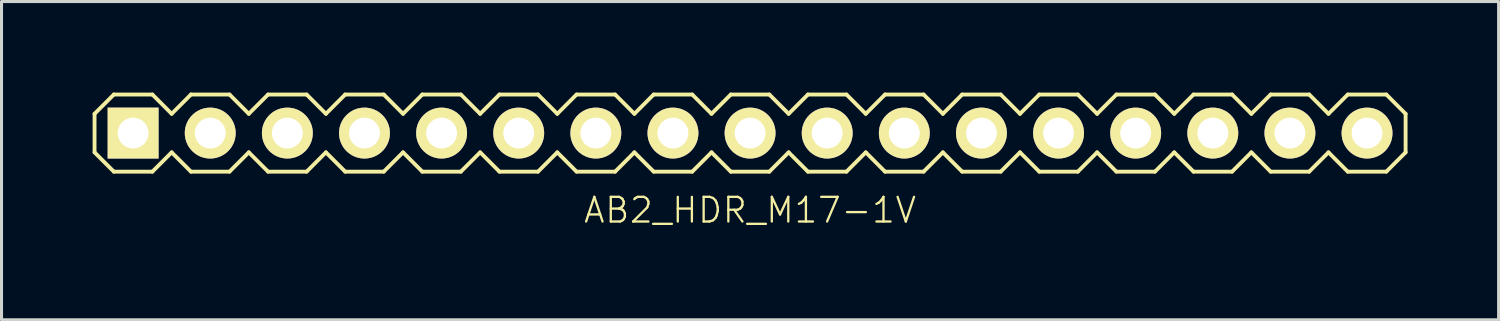
<source format=kicad_pcb>
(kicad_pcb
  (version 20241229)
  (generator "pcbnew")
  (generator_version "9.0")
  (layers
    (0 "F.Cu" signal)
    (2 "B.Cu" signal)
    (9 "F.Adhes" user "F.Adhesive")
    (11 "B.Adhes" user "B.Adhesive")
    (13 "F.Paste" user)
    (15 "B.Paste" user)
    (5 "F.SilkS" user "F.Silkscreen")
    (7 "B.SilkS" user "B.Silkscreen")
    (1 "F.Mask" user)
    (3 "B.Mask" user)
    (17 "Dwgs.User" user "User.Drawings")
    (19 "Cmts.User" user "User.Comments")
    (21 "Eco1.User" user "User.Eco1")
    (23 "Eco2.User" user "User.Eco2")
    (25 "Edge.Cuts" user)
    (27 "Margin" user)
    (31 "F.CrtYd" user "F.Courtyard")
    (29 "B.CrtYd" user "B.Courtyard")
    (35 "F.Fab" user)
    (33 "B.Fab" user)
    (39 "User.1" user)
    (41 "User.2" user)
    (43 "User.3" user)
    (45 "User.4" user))
  (footprint "AB2_HDR_M17-1V"
    (layer "F.Cu")
    (at 21.654 1.333)
    (property "Reference" "AB2_HDR_M17-1V" (at 0 2.54 0) (layer "F.SilkS") (effects (font (size 0.813 0.813) (thickness 0.076))))
    (attr through_hole)
    (fp_line (start -21.59 -0.635) (end -20.955 -1.27) (stroke (width 0.127) (type solid)) (layer "F.SilkS"))
    (fp_line (start -21.59 0.635) (end -21.59 -0.635) (stroke (width 0.127) (type solid)) (layer "F.SilkS"))
    (fp_line (start -20.955 -1.27) (end -19.685 -1.27) (stroke (width 0.127) (type solid)) (layer "F.SilkS"))
    (fp_line (start -20.955 1.27) (end -21.59 0.635) (stroke (width 0.127) (type solid)) (layer "F.SilkS"))
    (fp_line (start -19.685 -1.27) (end -19.05 -0.635) (stroke (width 0.127) (type solid)) (layer "F.SilkS"))
    (fp_line (start -19.685 1.27) (end -20.955 1.27) (stroke (width 0.127) (type solid)) (layer "F.SilkS"))
    (fp_line (start -19.05 -0.635) (end -18.415 -1.27) (stroke (width 0.127) (type solid)) (layer "F.SilkS"))
    (fp_line (start -19.05 0.635) (end -19.685 1.27) (stroke (width 0.127) (type solid)) (layer "F.SilkS"))
    (fp_line (start -18.415 -1.27) (end -17.145 -1.27) (stroke (width 0.127) (type solid)) (layer "F.SilkS"))
    (fp_line (start -18.415 1.27) (end -19.05 0.635) (stroke (width 0.127) (type solid)) (layer "F.SilkS"))
    (fp_line (start -17.145 -1.27) (end -16.51 -0.635) (stroke (width 0.127) (type solid)) (layer "F.SilkS"))
    (fp_line (start -17.145 1.27) (end -18.415 1.27) (stroke (width 0.127) (type solid)) (layer "F.SilkS"))
    (fp_line (start -16.51 -0.635) (end -15.875 -1.27) (stroke (width 0.127) (type solid)) (layer "F.SilkS"))
    (fp_line (start -16.51 0.635) (end -17.145 1.27) (stroke (width 0.127) (type solid)) (layer "F.SilkS"))
    (fp_line (start -15.875 -1.27) (end -14.605 -1.27) (stroke (width 0.127) (type solid)) (layer "F.SilkS"))
    (fp_line (start -15.875 1.27) (end -16.51 0.635) (stroke (width 0.127) (type solid)) (layer "F.SilkS"))
    (fp_line (start -14.605 -1.27) (end -13.97 -0.635) (stroke (width 0.127) (type solid)) (layer "F.SilkS"))
    (fp_line (start -14.605 1.27) (end -15.875 1.27) (stroke (width 0.127) (type solid)) (layer "F.SilkS"))
    (fp_line (start -13.97 -0.635) (end -13.335 -1.27) (stroke (width 0.127) (type solid)) (layer "F.SilkS"))
    (fp_line (start -13.97 0.635) (end -14.605 1.27) (stroke (width 0.127) (type solid)) (layer "F.SilkS"))
    (fp_line (start -13.335 -1.27) (end -12.065 -1.27) (stroke (width 0.127) (type solid)) (layer "F.SilkS"))
    (fp_line (start -13.335 1.27) (end -13.97 0.635) (stroke (width 0.127) (type solid)) (layer "F.SilkS"))
    (fp_line (start -12.065 -1.27) (end -11.43 -0.635) (stroke (width 0.127) (type solid)) (layer "F.SilkS"))
    (fp_line (start -12.065 1.27) (end -13.335 1.27) (stroke (width 0.127) (type solid)) (layer "F.SilkS"))
    (fp_line (start -11.43 -0.635) (end -10.795 -1.27) (stroke (width 0.127) (type solid)) (layer "F.SilkS"))
    (fp_line (start -11.43 0.635) (end -12.065 1.27) (stroke (width 0.127) (type solid)) (layer "F.SilkS"))
    (fp_line (start -10.795 -1.27) (end -9.525 -1.27) (stroke (width 0.127) (type solid)) (layer "F.SilkS"))
    (fp_line (start -10.795 1.27) (end -11.43 0.635) (stroke (width 0.127) (type solid)) (layer "F.SilkS"))
    (fp_line (start -9.525 -1.27) (end -8.89 -0.635) (stroke (width 0.127) (type solid)) (layer "F.SilkS"))
    (fp_line (start -9.525 1.27) (end -10.795 1.27) (stroke (width 0.127) (type solid)) (layer "F.SilkS"))
    (fp_line (start -8.89 -0.635) (end -8.255 -1.27) (stroke (width 0.127) (type solid)) (layer "F.SilkS"))
    (fp_line (start -8.89 0.635) (end -9.525 1.27) (stroke (width 0.127) (type solid)) (layer "F.SilkS"))
    (fp_line (start -8.255 -1.27) (end -6.985 -1.27) (stroke (width 0.127) (type solid)) (layer "F.SilkS"))
    (fp_line (start -8.255 1.27) (end -8.89 0.635) (stroke (width 0.127) (type solid)) (layer "F.SilkS"))
    (fp_line (start -6.985 -1.27) (end -6.35 -0.635) (stroke (width 0.127) (type solid)) (layer "F.SilkS"))
    (fp_line (start -6.985 1.27) (end -8.255 1.27) (stroke (width 0.127) (type solid)) (layer "F.SilkS"))
    (fp_line (start -6.35 -0.635) (end -5.715 -1.27) (stroke (width 0.127) (type solid)) (layer "F.SilkS"))
    (fp_line (start -6.35 0.635) (end -6.985 1.27) (stroke (width 0.127) (type solid)) (layer "F.SilkS"))
    (fp_line (start -5.715 -1.27) (end -4.445 -1.27) (stroke (width 0.127) (type solid)) (layer "F.SilkS"))
    (fp_line (start -5.715 1.27) (end -6.35 0.635) (stroke (width 0.127) (type solid)) (layer "F.SilkS"))
    (fp_line (start -4.445 -1.27) (end -3.81 -0.635) (stroke (width 0.127) (type solid)) (layer "F.SilkS"))
    (fp_line (start -4.445 1.27) (end -5.715 1.27) (stroke (width 0.127) (type solid)) (layer "F.SilkS"))
    (fp_line (start -3.81 -0.635) (end -3.175 -1.27) (stroke (width 0.127) (type solid)) (layer "F.SilkS"))
    (fp_line (start -3.81 0.635) (end -4.445 1.27) (stroke (width 0.127) (type solid)) (layer "F.SilkS"))
    (fp_line (start -3.175 -1.27) (end -1.905 -1.27) (stroke (width 0.127) (type solid)) (layer "F.SilkS"))
    (fp_line (start -3.175 1.27) (end -3.81 0.635) (stroke (width 0.127) (type solid)) (layer "F.SilkS"))
    (fp_line (start -1.905 -1.27) (end -1.27 -0.635) (stroke (width 0.127) (type solid)) (layer "F.SilkS"))
    (fp_line (start -1.905 1.27) (end -3.175 1.27) (stroke (width 0.127) (type solid)) (layer "F.SilkS"))
    (fp_line (start -1.27 -0.635) (end -0.635 -1.27) (stroke (width 0.127) (type solid)) (layer "F.SilkS"))
    (fp_line (start -1.27 0.635) (end -1.905 1.27) (stroke (width 0.127) (type solid)) (layer "F.SilkS"))
    (fp_line (start -0.635 -1.27) (end 0.635 -1.27) (stroke (width 0.127) (type solid)) (layer "F.SilkS"))
    (fp_line (start -0.635 1.27) (end -1.27 0.635) (stroke (width 0.127) (type solid)) (layer "F.SilkS"))
    (fp_line (start 0.635 -1.27) (end 1.27 -0.635) (stroke (width 0.127) (type solid)) (layer "F.SilkS"))
    (fp_line (start 0.635 1.27) (end -0.635 1.27) (stroke (width 0.127) (type solid)) (layer "F.SilkS"))
    (fp_line (start 1.27 -0.635) (end 1.905 -1.27) (stroke (width 0.127) (type solid)) (layer "F.SilkS"))
    (fp_line (start 1.27 0.635) (end 0.635 1.27) (stroke (width 0.127) (type solid)) (layer "F.SilkS"))
    (fp_line (start 1.905 -1.27) (end 3.175 -1.27) (stroke (width 0.127) (type solid)) (layer "F.SilkS"))
    (fp_line (start 1.905 1.27) (end 1.27 0.635) (stroke (width 0.127) (type solid)) (layer "F.SilkS"))
    (fp_line (start 3.175 -1.27) (end 3.81 -0.635) (stroke (width 0.127) (type solid)) (layer "F.SilkS"))
    (fp_line (start 3.175 1.27) (end 1.905 1.27) (stroke (width 0.127) (type solid)) (layer "F.SilkS"))
    (fp_line (start 3.81 -0.635) (end 4.445 -1.27) (stroke (width 0.127) (type solid)) (layer "F.SilkS"))
    (fp_line (start 3.81 0.635) (end 3.175 1.27) (stroke (width 0.127) (type solid)) (layer "F.SilkS"))
    (fp_line (start 4.445 -1.27) (end 5.715 -1.27) (stroke (width 0.127) (type solid)) (layer "F.SilkS"))
    (fp_line (start 4.445 1.27) (end 3.81 0.635) (stroke (width 0.127) (type solid)) (layer "F.SilkS"))
    (fp_line (start 5.715 -1.27) (end 6.35 -0.635) (stroke (width 0.127) (type solid)) (layer "F.SilkS"))
    (fp_line (start 5.715 1.27) (end 4.445 1.27) (stroke (width 0.127) (type solid)) (layer "F.SilkS"))
    (fp_line (start 6.35 -0.635) (end 6.985 -1.27) (stroke (width 0.127) (type solid)) (layer "F.SilkS"))
    (fp_line (start 6.35 0.635) (end 5.715 1.27) (stroke (width 0.127) (type solid)) (layer "F.SilkS"))
    (fp_line (start 6.985 -1.27) (end 8.255 -1.27) (stroke (width 0.127) (type solid)) (layer "F.SilkS"))
    (fp_line (start 6.985 1.27) (end 6.35 0.635) (stroke (width 0.127) (type solid)) (layer "F.SilkS"))
    (fp_line (start 8.255 -1.27) (end 8.89 -0.635) (stroke (width 0.127) (type solid)) (layer "F.SilkS"))
    (fp_line (start 8.255 1.27) (end 6.985 1.27) (stroke (width 0.127) (type solid)) (layer "F.SilkS"))
    (fp_line (start 8.89 -0.635) (end 9.525 -1.27) (stroke (width 0.127) (type solid)) (layer "F.SilkS"))
    (fp_line (start 8.89 0.635) (end 8.255 1.27) (stroke (width 0.127) (type solid)) (layer "F.SilkS"))
    (fp_line (start 9.525 -1.27) (end 10.795 -1.27) (stroke (width 0.127) (type solid)) (layer "F.SilkS"))
    (fp_line (start 9.525 1.27) (end 8.89 0.635) (stroke (width 0.127) (type solid)) (layer "F.SilkS"))
    (fp_line (start 10.795 -1.27) (end 11.43 -0.635) (stroke (width 0.127) (type solid)) (layer "F.SilkS"))
    (fp_line (start 10.795 1.27) (end 9.525 1.27) (stroke (width 0.127) (type solid)) (layer "F.SilkS"))
    (fp_line (start 11.43 -0.635) (end 12.065 -1.27) (stroke (width 0.127) (type solid)) (layer "F.SilkS"))
    (fp_line (start 11.43 0.635) (end 10.795 1.27) (stroke (width 0.127) (type solid)) (layer "F.SilkS"))
    (fp_line (start 12.065 -1.27) (end 13.335 -1.27) (stroke (width 0.127) (type solid)) (layer "F.SilkS"))
    (fp_line (start 12.065 1.27) (end 11.43 0.635) (stroke (width 0.127) (type solid)) (layer "F.SilkS"))
    (fp_line (start 13.335 -1.27) (end 13.97 -0.635) (stroke (width 0.127) (type solid)) (layer "F.SilkS"))
    (fp_line (start 13.335 1.27) (end 12.065 1.27) (stroke (width 0.127) (type solid)) (layer "F.SilkS"))
    (fp_line (start 13.97 -0.635) (end 14.605 -1.27) (stroke (width 0.127) (type solid)) (layer "F.SilkS"))
    (fp_line (start 13.97 0.635) (end 13.335 1.27) (stroke (width 0.127) (type solid)) (layer "F.SilkS"))
    (fp_line (start 14.605 -1.27) (end 15.875 -1.27) (stroke (width 0.127) (type solid)) (layer "F.SilkS"))
    (fp_line (start 14.605 1.27) (end 13.97 0.635) (stroke (width 0.127) (type solid)) (layer "F.SilkS"))
    (fp_line (start 15.875 -1.27) (end 16.51 -0.635) (stroke (width 0.127) (type solid)) (layer "F.SilkS"))
    (fp_line (start 15.875 1.27) (end 14.605 1.27) (stroke (width 0.127) (type solid)) (layer "F.SilkS"))
    (fp_line (start 16.51 -0.635) (end 17.145 -1.27) (stroke (width 0.127) (type solid)) (layer "F.SilkS"))
    (fp_line (start 16.51 0.635) (end 15.875 1.27) (stroke (width 0.127) (type solid)) (layer "F.SilkS"))
    (fp_line (start 17.145 -1.27) (end 18.415 -1.27) (stroke (width 0.127) (type solid)) (layer "F.SilkS"))
    (fp_line (start 17.145 1.27) (end 16.51 0.635) (stroke (width 0.127) (type solid)) (layer "F.SilkS"))
    (fp_line (start 18.415 -1.27) (end 19.05 -0.635) (stroke (width 0.127) (type solid)) (layer "F.SilkS"))
    (fp_line (start 18.415 1.27) (end 17.145 1.27) (stroke (width 0.127) (type solid)) (layer "F.SilkS"))
    (fp_line (start 19.05 -0.635) (end 19.685 -1.27) (stroke (width 0.127) (type solid)) (layer "F.SilkS"))
    (fp_line (start 19.05 0.635) (end 18.415 1.27) (stroke (width 0.127) (type solid)) (layer "F.SilkS"))
    (fp_line (start 19.685 -1.27) (end 20.955 -1.27) (stroke (width 0.127) (type solid)) (layer "F.SilkS"))
    (fp_line (start 19.685 1.27) (end 19.05 0.635) (stroke (width 0.127) (type solid)) (layer "F.SilkS"))
    (fp_line (start 20.955 -1.27) (end 21.59 -0.635) (stroke (width 0.127) (type solid)) (layer "F.SilkS"))
    (fp_line (start 20.955 1.27) (end 19.685 1.27) (stroke (width 0.127) (type solid)) (layer "F.SilkS"))
    (fp_line (start 21.59 -0.635) (end 21.59 0.635) (stroke (width 0.127) (type solid)) (layer "F.SilkS"))
    (fp_line (start 21.59 0.635) (end 20.955 1.27) (stroke (width 0.127) (type solid)) (layer "F.SilkS"))
    (pad "1" thru_hole rect (at -20.32 0) (size 1.676 1.676) (drill 1.016) (layers "*.Cu" "*.Mask" "F.SilkS"))
    (pad "2" thru_hole circle (at -17.78 0) (size 1.676 1.676) (drill 1.016) (layers "*.Cu" "*.Mask" "F.SilkS"))
    (pad "3" thru_hole circle (at -15.24 0) (size 1.676 1.676) (drill 1.016) (layers "*.Cu" "*.Mask" "F.SilkS"))
    (pad "4" thru_hole circle (at -12.7 0) (size 1.676 1.676) (drill 1.016) (layers "*.Cu" "*.Mask" "F.SilkS"))
    (pad "5" thru_hole circle (at -10.16 0) (size 1.676 1.676) (drill 1.016) (layers "*.Cu" "*.Mask" "F.SilkS"))
    (pad "6" thru_hole circle (at -7.62 0) (size 1.676 1.676) (drill 1.016) (layers "*.Cu" "*.Mask" "F.SilkS"))
    (pad "7" thru_hole circle (at -5.08 0) (size 1.676 1.676) (drill 1.016) (layers "*.Cu" "*.Mask" "F.SilkS"))
    (pad "8" thru_hole circle (at -2.54 0) (size 1.676 1.676) (drill 1.016) (layers "*.Cu" "*.Mask" "F.SilkS"))
    (pad "9" thru_hole circle (at 0 0) (size 1.676 1.676) (drill 1.016) (layers "*.Cu" "*.Mask" "F.SilkS"))
    (pad "10" thru_hole circle (at 2.54 0) (size 1.676 1.676) (drill 1.016) (layers "*.Cu" "*.Mask" "F.SilkS"))
    (pad "11" thru_hole circle (at 5.08 0) (size 1.676 1.676) (drill 1.016) (layers "*.Cu" "*.Mask" "F.SilkS"))
    (pad "12" thru_hole circle (at 7.62 0) (size 1.676 1.676) (drill 1.016) (layers "*.Cu" "*.Mask" "F.SilkS"))
    (pad "13" thru_hole circle (at 10.16 0) (size 1.676 1.676) (drill 1.016) (layers "*.Cu" "*.Mask" "F.SilkS"))
    (pad "14" thru_hole circle (at 12.7 0) (size 1.676 1.676) (drill 1.016) (layers "*.Cu" "*.Mask" "F.SilkS"))
    (pad "15" thru_hole circle (at 15.24 0) (size 1.676 1.676) (drill 1.016) (layers "*.Cu" "*.Mask" "F.SilkS"))
    (pad "16" thru_hole circle (at 17.78 0) (size 1.676 1.676) (drill 1.016) (layers "*.Cu" "*.Mask" "F.SilkS"))
    (pad "17" thru_hole circle (at 20.32 0) (size 1.676 1.676) (drill 1.016) (layers "*.Cu" "*.Mask" "F.SilkS")))
  (gr_rect
    (start -3 -3)
    (end 46.307 7.483)
    (stroke (width 0.1) (type default))
    (fill no)
    (layer "Edge.Cuts")))
</source>
